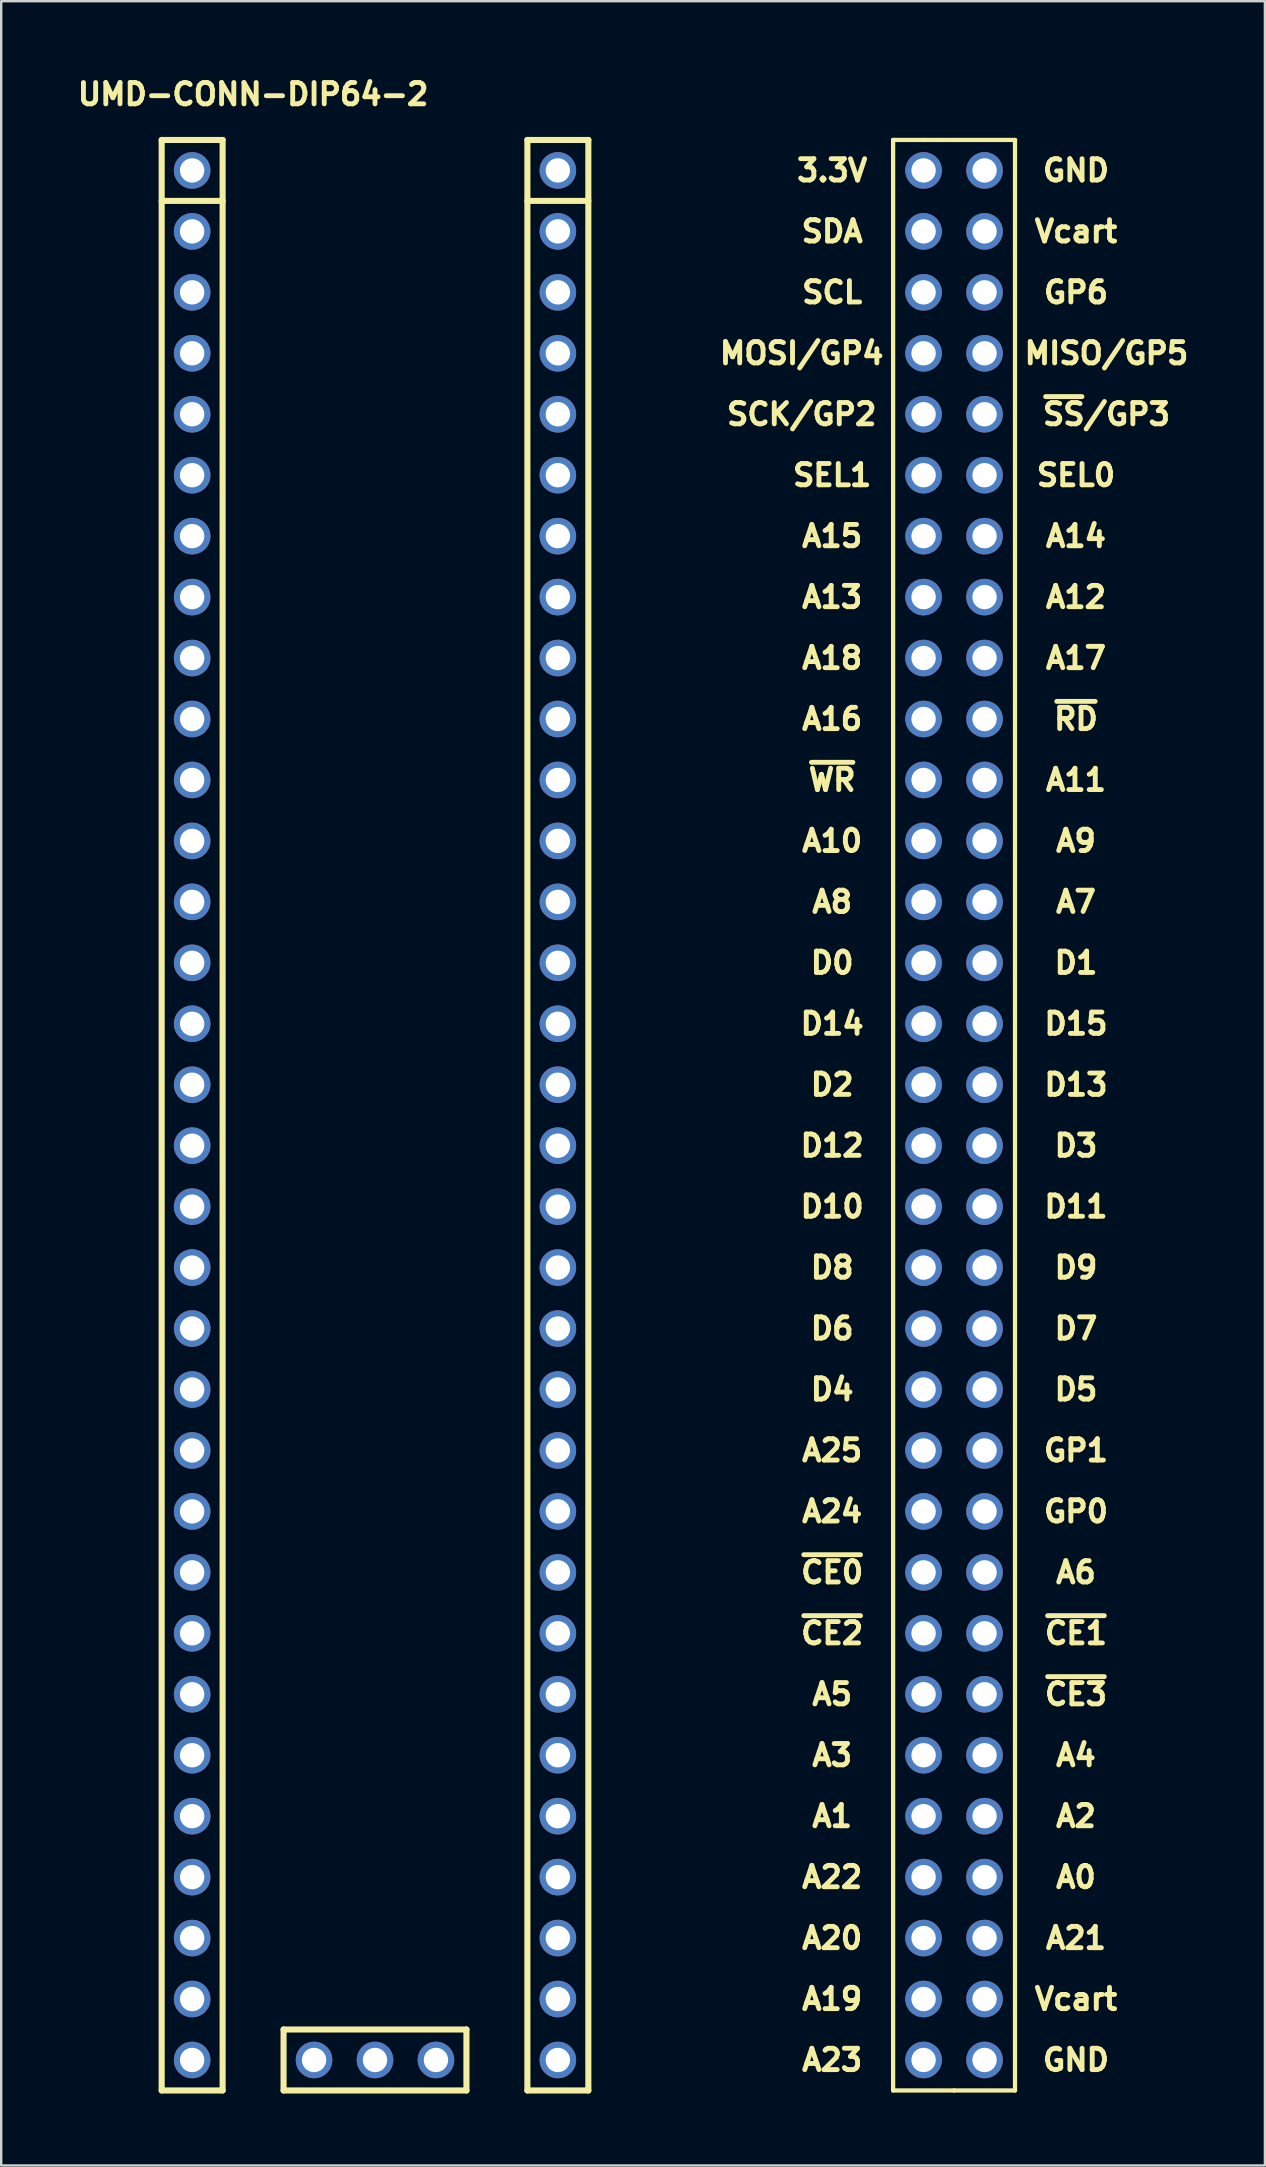
<source format=kicad_pcb>
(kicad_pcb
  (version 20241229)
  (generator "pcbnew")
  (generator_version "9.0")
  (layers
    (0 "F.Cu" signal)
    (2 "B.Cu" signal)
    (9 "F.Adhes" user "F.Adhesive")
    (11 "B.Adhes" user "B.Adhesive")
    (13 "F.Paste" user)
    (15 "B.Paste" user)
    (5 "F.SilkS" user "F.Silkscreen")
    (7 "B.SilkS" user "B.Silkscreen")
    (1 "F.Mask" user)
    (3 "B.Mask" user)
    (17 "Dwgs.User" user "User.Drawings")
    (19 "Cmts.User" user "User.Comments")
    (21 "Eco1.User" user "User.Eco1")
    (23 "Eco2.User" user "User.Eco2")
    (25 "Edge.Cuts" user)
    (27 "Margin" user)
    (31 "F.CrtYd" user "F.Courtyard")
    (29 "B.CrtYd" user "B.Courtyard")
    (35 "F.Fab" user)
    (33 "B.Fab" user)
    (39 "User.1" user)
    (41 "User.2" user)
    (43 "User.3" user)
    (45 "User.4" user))
  (footprint "UMD-CONN-DIP64-2"
    (layer "F.Cu")
    (at 4.957 4.052)
    (property "Reference" "UMD-CONN-DIP64-2" (at 2.54 -3.175 0) (layer "F.SilkS") (effects (font (size 0.889 0.889) (thickness 0.203))))
    (attr through_hole)
    (fp_line (start -1.27 -1.27) (end -1.27 80.01) (stroke (width 0.254) (type solid)) (layer "F.SilkS"))
    (fp_line (start -1.27 1.27) (end 1.27 1.27) (stroke (width 0.254) (type solid)) (layer "F.SilkS"))
    (fp_line (start -1.27 80.01) (end 1.27 80.01) (stroke (width 0.254) (type solid)) (layer "F.SilkS"))
    (fp_line (start 1.27 -1.27) (end -1.27 -1.27) (stroke (width 0.254) (type solid)) (layer "F.SilkS"))
    (fp_line (start 1.27 80.01) (end 1.27 -1.27) (stroke (width 0.254) (type solid)) (layer "F.SilkS"))
    (fp_line (start 3.81 77.47) (end 3.81 80.01) (stroke (width 0.254) (type solid)) (layer "F.SilkS"))
    (fp_line (start 3.81 80.01) (end 11.43 80.01) (stroke (width 0.254) (type solid)) (layer "F.SilkS"))
    (fp_line (start 11.43 77.47) (end 3.81 77.47) (stroke (width 0.254) (type solid)) (layer "F.SilkS"))
    (fp_line (start 11.43 80.01) (end 11.43 77.47) (stroke (width 0.254) (type solid)) (layer "F.SilkS"))
    (fp_line (start 13.97 -1.27) (end 13.97 80.01) (stroke (width 0.254) (type solid)) (layer "F.SilkS"))
    (fp_line (start 13.97 1.27) (end 16.51 1.27) (stroke (width 0.254) (type solid)) (layer "F.SilkS"))
    (fp_line (start 13.97 80.01) (end 16.51 80.01) (stroke (width 0.254) (type solid)) (layer "F.SilkS"))
    (fp_line (start 16.51 -1.27) (end 13.97 -1.27) (stroke (width 0.254) (type solid)) (layer "F.SilkS"))
    (fp_line (start 16.51 80.01) (end 16.51 -1.27) (stroke (width 0.254) (type solid)) (layer "F.SilkS"))
    (fp_line (start 29.21 -1.27) (end 29.21 80.01) (stroke (width 0.178) (type solid)) (layer "F.SilkS"))
    (fp_line (start 29.21 80.01) (end 31.75 80.01) (stroke (width 0.178) (type solid)) (layer "F.SilkS"))
    (fp_line (start 30.48 -1.27) (end 29.21 -1.27) (stroke (width 0.178) (type solid)) (layer "F.SilkS"))
    (fp_line (start 31.75 -1.27) (end 30.48 -1.27) (stroke (width 0.178) (type solid)) (layer "F.SilkS"))
    (fp_line (start 31.75 80.01) (end 34.29 80.01) (stroke (width 0.178) (type solid)) (layer "F.SilkS"))
    (fp_line (start 34.29 -1.27) (end 31.75 -1.27) (stroke (width 0.178) (type solid)) (layer "F.SilkS"))
    (fp_line (start 34.29 80.01) (end 34.29 -1.27) (stroke (width 0.178) (type solid)) (layer "F.SilkS"))
    (fp_text user "A16" (at 26.67 22.86 0) (layer "F.SilkS") (effects (font (size 0.889 0.889) (thickness 0.203))))
    (fp_text user "D7" (at 36.83 48.26 0) (layer "F.SilkS") (effects (font (size 0.889 0.889) (thickness 0.203))))
    (fp_text user "SCK/GP2" (at 25.4 10.16 0) (layer "F.SilkS") (effects (font (size 0.889 0.889) (thickness 0.203))))
    (fp_text user "A7" (at 36.83 30.48 0) (layer "F.SilkS") (effects (font (size 0.889 0.889) (thickness 0.203))))
    (fp_text user "A12" (at 36.83 17.78 0) (layer "F.SilkS") (effects (font (size 0.889 0.889) (thickness 0.203))))
    (fp_text user "~{WR}" (at 26.67 25.4 0) (layer "F.SilkS") (effects (font (size 0.889 0.889) (thickness 0.203))))
    (fp_text user "A4" (at 36.83 66.04 0) (layer "F.SilkS") (effects (font (size 0.889 0.889) (thickness 0.203))))
    (fp_text user "MOSI/GP4" (at 25.4 7.62 0) (layer "F.SilkS") (effects (font (size 0.889 0.889) (thickness 0.203))))
    (fp_text user "~{CE3}" (at 36.83 63.5 0) (layer "F.SilkS") (effects (font (size 0.889 0.889) (thickness 0.203))))
    (fp_text user "D2" (at 26.67 38.1 0) (layer "F.SilkS") (effects (font (size 0.889 0.889) (thickness 0.203))))
    (fp_text user "D11" (at 36.83 43.18 0) (layer "F.SilkS") (effects (font (size 0.889 0.889) (thickness 0.203))))
    (fp_text user "A8" (at 26.67 30.48 0) (layer "F.SilkS") (effects (font (size 0.889 0.889) (thickness 0.203))))
    (fp_text user "~{CE0}" (at 26.67 58.42 0) (layer "F.SilkS") (effects (font (size 0.889 0.889) (thickness 0.203))))
    (fp_text user "Vcart" (at 36.83 76.2 0) (layer "F.SilkS") (effects (font (size 0.889 0.889) (thickness 0.203))))
    (fp_text user "D5" (at 36.83 50.8 0) (layer "F.SilkS") (effects (font (size 0.889 0.889) (thickness 0.203))))
    (fp_text user "D8" (at 26.67 45.72 0) (layer "F.SilkS") (effects (font (size 0.889 0.889) (thickness 0.203))))
    (fp_text user "D1" (at 36.83 33.02 0) (layer "F.SilkS") (effects (font (size 0.889 0.889) (thickness 0.203))))
    (fp_text user "A21" (at 36.83 73.66 0) (layer "F.SilkS") (effects (font (size 0.889 0.889) (thickness 0.203))))
    (fp_text user "GP0" (at 36.83 55.88 0) (layer "F.SilkS") (effects (font (size 0.889 0.889) (thickness 0.203))))
    (fp_text user "~{CE1}" (at 36.83 60.96 0) (layer "F.SilkS") (effects (font (size 0.889 0.889) (thickness 0.203))))
    (fp_text user "GP6" (at 36.83 5.08 0) (layer "F.SilkS") (effects (font (size 0.889 0.889) (thickness 0.203))))
    (fp_text user "D13" (at 36.83 38.1 0) (layer "F.SilkS") (effects (font (size 0.889 0.889) (thickness 0.203))))
    (fp_text user "D10" (at 26.67 43.18 0) (layer "F.SilkS") (effects (font (size 0.889 0.889) (thickness 0.203))))
    (fp_text user "A6" (at 36.83 58.42 0) (layer "F.SilkS") (effects (font (size 0.889 0.889) (thickness 0.203))))
    (fp_text user "~{CE2}" (at 26.67 60.96 0) (layer "F.SilkS") (effects (font (size 0.889 0.889) (thickness 0.203))))
    (fp_text user "D9" (at 36.83 45.72 0) (layer "F.SilkS") (effects (font (size 0.889 0.889) (thickness 0.203))))
    (fp_text user "A11" (at 36.83 25.4 0) (layer "F.SilkS") (effects (font (size 0.889 0.889) (thickness 0.203))))
    (fp_text user "D14" (at 26.67 35.56 0) (layer "F.SilkS") (effects (font (size 0.889 0.889) (thickness 0.203))))
    (fp_text user "A5" (at 26.67 63.5 0) (layer "F.SilkS") (effects (font (size 0.889 0.889) (thickness 0.203))))
    (fp_text user "GND" (at 36.83 0 0) (layer "F.SilkS") (effects (font (size 0.889 0.889) (thickness 0.203))))
    (fp_text user "MISO/GP5" (at 38.1 7.62 0) (layer "F.SilkS") (effects (font (size 0.889 0.889) (thickness 0.203))))
    (fp_text user "A20" (at 26.67 73.66 0) (layer "F.SilkS") (effects (font (size 0.889 0.889) (thickness 0.203))))
    (fp_text user "GP1" (at 36.83 53.34 0) (layer "F.SilkS") (effects (font (size 0.889 0.889) (thickness 0.203))))
    (fp_text user "SEL0" (at 36.83 12.7 0) (layer "F.SilkS") (effects (font (size 0.889 0.889) (thickness 0.203))))
    (fp_text user "A10" (at 26.67 27.94 0) (layer "F.SilkS") (effects (font (size 0.889 0.889) (thickness 0.203))))
    (fp_text user "A2" (at 36.83 68.58 0) (layer "F.SilkS") (effects (font (size 0.889 0.889) (thickness 0.203))))
    (fp_text user "A17" (at 36.83 20.32 0) (layer "F.SilkS") (effects (font (size 0.889 0.889) (thickness 0.203))))
    (fp_text user "A25" (at 26.67 53.34 0) (layer "F.SilkS") (effects (font (size 0.889 0.889) (thickness 0.203))))
    (fp_text user "A3" (at 26.67 66.04 0) (layer "F.SilkS") (effects (font (size 0.889 0.889) (thickness 0.203))))
    (fp_text user "A23" (at 26.67 78.74 0) (layer "F.SilkS") (effects (font (size 0.889 0.889) (thickness 0.203))))
    (fp_text user "D15" (at 36.83 35.56 0) (layer "F.SilkS") (effects (font (size 0.889 0.889) (thickness 0.203))))
    (fp_text user "A18" (at 26.67 20.32 0) (layer "F.SilkS") (effects (font (size 0.889 0.889) (thickness 0.203))))
    (fp_text user "D3" (at 36.83 40.64 0) (layer "F.SilkS") (effects (font (size 0.889 0.889) (thickness 0.203))))
    (fp_text user "A19" (at 26.67 76.2 0) (layer "F.SilkS") (effects (font (size 0.889 0.889) (thickness 0.203))))
    (fp_text user "D4" (at 26.67 50.8 0) (layer "F.SilkS") (effects (font (size 0.889 0.889) (thickness 0.203))))
    (fp_text user "D0" (at 26.67 33.02 0) (layer "F.SilkS") (effects (font (size 0.889 0.889) (thickness 0.203))))
    (fp_text user "A1" (at 26.67 68.58 0) (layer "F.SilkS") (effects (font (size 0.889 0.889) (thickness 0.203))))
    (fp_text user "SEL1" (at 26.67 12.7 0) (layer "F.SilkS") (effects (font (size 0.889 0.889) (thickness 0.203))))
    (fp_text user "A15" (at 26.67 15.24 0) (layer "F.SilkS") (effects (font (size 0.889 0.889) (thickness 0.203))))
    (fp_text user "A14" (at 36.83 15.24 0) (layer "F.SilkS") (effects (font (size 0.889 0.889) (thickness 0.203))))
    (fp_text user "GND" (at 36.83 78.74 0) (layer "F.SilkS") (effects (font (size 0.889 0.889) (thickness 0.203))))
    (fp_text user "D12" (at 26.67 40.64 0) (layer "F.SilkS") (effects (font (size 0.889 0.889) (thickness 0.203))))
    (fp_text user "A13" (at 26.67 17.78 0) (layer "F.SilkS") (effects (font (size 0.889 0.889) (thickness 0.203))))
    (fp_text user "A0" (at 36.83 71.12 0) (layer "F.SilkS") (effects (font (size 0.889 0.889) (thickness 0.203))))
    (fp_text user "~{RD}" (at 36.83 22.86 0) (layer "F.SilkS") (effects (font (size 0.889 0.889) (thickness 0.203))))
    (fp_text user "Vcart" (at 36.83 2.54 0) (layer "F.SilkS") (effects (font (size 0.889 0.889) (thickness 0.203))))
    (fp_text user "A22" (at 26.67 71.12 0) (layer "F.SilkS") (effects (font (size 0.889 0.889) (thickness 0.203))))
    (fp_text user "~{SS}/GP3" (at 38.1 10.16 0) (layer "F.SilkS") (effects (font (size 0.889 0.889) (thickness 0.203))))
    (fp_text user "D6" (at 26.67 48.26 0) (layer "F.SilkS") (effects (font (size 0.889 0.889) (thickness 0.203))))
    (fp_text user "A24" (at 26.67 55.88 0) (layer "F.SilkS") (effects (font (size 0.889 0.889) (thickness 0.203))))
    (fp_text user "A9" (at 36.83 27.94 0) (layer "F.SilkS") (effects (font (size 0.889 0.889) (thickness 0.203))))
    (fp_text user "SDA" (at 26.67 2.54 0) (layer "F.SilkS") (effects (font (size 0.889 0.889) (thickness 0.203))))
    (fp_text user "SCL" (at 26.67 5.08 0) (layer "F.SilkS") (effects (font (size 0.889 0.889) (thickness 0.203))))
    (fp_text user "3.3V" (at 26.67 0 0) (layer "F.SilkS") (effects (font (size 0.889 0.889) (thickness 0.203))))
    (pad "1" thru_hole circle (at 0 0) (size 1.524 1.524) (drill 1.016) (layers "*.Cu" "*.Mask"))
    (pad "1" thru_hole circle (at 30.48 0) (size 1.524 1.524) (drill 1.016) (layers "*.Cu" "*.Mask"))
    (pad "2" thru_hole circle (at 0 2.54) (size 1.524 1.524) (drill 1.016) (layers "*.Cu" "*.Mask"))
    (pad "2" thru_hole circle (at 30.48 2.54) (size 1.524 1.524) (drill 1.016) (layers "*.Cu" "*.Mask"))
    (pad "3" thru_hole circle (at 0 5.08) (size 1.524 1.524) (drill 1.016) (layers "*.Cu" "*.Mask"))
    (pad "3" thru_hole circle (at 30.48 5.08) (size 1.524 1.524) (drill 1.016) (layers "*.Cu" "*.Mask"))
    (pad "4" thru_hole circle (at 0 7.62) (size 1.524 1.524) (drill 1.016) (layers "*.Cu" "*.Mask"))
    (pad "4" thru_hole circle (at 30.48 7.62) (size 1.524 1.524) (drill 1.016) (layers "*.Cu" "*.Mask"))
    (pad "5" thru_hole circle (at 0 10.16) (size 1.524 1.524) (drill 1.016) (layers "*.Cu" "*.Mask"))
    (pad "5" thru_hole circle (at 30.48 10.16) (size 1.524 1.524) (drill 1.016) (layers "*.Cu" "*.Mask"))
    (pad "6" thru_hole circle (at 0 12.7) (size 1.524 1.524) (drill 1.016) (layers "*.Cu" "*.Mask"))
    (pad "6" thru_hole circle (at 30.48 12.7) (size 1.524 1.524) (drill 1.016) (layers "*.Cu" "*.Mask"))
    (pad "7" thru_hole circle (at 0 15.24) (size 1.524 1.524) (drill 1.016) (layers "*.Cu" "*.Mask"))
    (pad "7" thru_hole circle (at 30.48 15.24) (size 1.524 1.524) (drill 1.016) (layers "*.Cu" "*.Mask"))
    (pad "8" thru_hole circle (at 0 17.78) (size 1.524 1.524) (drill 1.016) (layers "*.Cu" "*.Mask"))
    (pad "8" thru_hole circle (at 30.48 17.78) (size 1.524 1.524) (drill 1.016) (layers "*.Cu" "*.Mask"))
    (pad "9" thru_hole circle (at 0 20.32) (size 1.524 1.524) (drill 1.016) (layers "*.Cu" "*.Mask"))
    (pad "9" thru_hole circle (at 30.48 20.32) (size 1.524 1.524) (drill 1.016) (layers "*.Cu" "*.Mask"))
    (pad "10" thru_hole circle (at 0 22.86) (size 1.524 1.524) (drill 1.016) (layers "*.Cu" "*.Mask"))
    (pad "10" thru_hole circle (at 30.48 22.86) (size 1.524 1.524) (drill 1.016) (layers "*.Cu" "*.Mask"))
    (pad "11" thru_hole circle (at 0 25.4) (size 1.524 1.524) (drill 1.016) (layers "*.Cu" "*.Mask"))
    (pad "11" thru_hole circle (at 30.48 25.4) (size 1.524 1.524) (drill 1.016) (layers "*.Cu" "*.Mask"))
    (pad "12" thru_hole circle (at 0 27.94) (size 1.524 1.524) (drill 1.016) (layers "*.Cu" "*.Mask"))
    (pad "12" thru_hole circle (at 30.48 27.94) (size 1.524 1.524) (drill 1.016) (layers "*.Cu" "*.Mask"))
    (pad "13" thru_hole circle (at 0 30.48) (size 1.524 1.524) (drill 1.016) (layers "*.Cu" "*.Mask"))
    (pad "13" thru_hole circle (at 30.48 30.48) (size 1.524 1.524) (drill 1.016) (layers "*.Cu" "*.Mask"))
    (pad "14" thru_hole circle (at 0 33.02) (size 1.524 1.524) (drill 1.016) (layers "*.Cu" "*.Mask"))
    (pad "14" thru_hole circle (at 30.48 33.02) (size 1.524 1.524) (drill 1.016) (layers "*.Cu" "*.Mask"))
    (pad "15" thru_hole circle (at 0 35.56) (size 1.524 1.524) (drill 1.016) (layers "*.Cu" "*.Mask"))
    (pad "15" thru_hole circle (at 30.48 35.56) (size 1.524 1.524) (drill 1.016) (layers "*.Cu" "*.Mask"))
    (pad "16" thru_hole circle (at 0 38.1) (size 1.524 1.524) (drill 1.016) (layers "*.Cu" "*.Mask"))
    (pad "16" thru_hole circle (at 30.48 38.1) (size 1.524 1.524) (drill 1.016) (layers "*.Cu" "*.Mask"))
    (pad "17" thru_hole circle (at 0 40.64) (size 1.524 1.524) (drill 1.016) (layers "*.Cu" "*.Mask"))
    (pad "17" thru_hole circle (at 30.48 40.64) (size 1.524 1.524) (drill 1.016) (layers "*.Cu" "*.Mask"))
    (pad "18" thru_hole circle (at 0 43.18) (size 1.524 1.524) (drill 1.016) (layers "*.Cu" "*.Mask"))
    (pad "18" thru_hole circle (at 30.48 43.18) (size 1.524 1.524) (drill 1.016) (layers "*.Cu" "*.Mask"))
    (pad "19" thru_hole circle (at 0 45.72) (size 1.524 1.524) (drill 1.016) (layers "*.Cu" "*.Mask"))
    (pad "19" thru_hole circle (at 30.48 45.72) (size 1.524 1.524) (drill 1.016) (layers "*.Cu" "*.Mask"))
    (pad "20" thru_hole circle (at 0 48.26) (size 1.524 1.524) (drill 1.016) (layers "*.Cu" "*.Mask"))
    (pad "20" thru_hole circle (at 30.48 48.26) (size 1.524 1.524) (drill 1.016) (layers "*.Cu" "*.Mask"))
    (pad "21" thru_hole circle (at 0 50.8) (size 1.524 1.524) (drill 1.016) (layers "*.Cu" "*.Mask"))
    (pad "21" thru_hole circle (at 30.48 50.8) (size 1.524 1.524) (drill 1.016) (layers "*.Cu" "*.Mask"))
    (pad "22" thru_hole circle (at 0 53.34) (size 1.524 1.524) (drill 1.016) (layers "*.Cu" "*.Mask"))
    (pad "22" thru_hole circle (at 30.48 53.34) (size 1.524 1.524) (drill 1.016) (layers "*.Cu" "*.Mask"))
    (pad "23" thru_hole circle (at 0 55.88) (size 1.524 1.524) (drill 1.016) (layers "*.Cu" "*.Mask"))
    (pad "23" thru_hole circle (at 30.48 55.88) (size 1.524 1.524) (drill 1.016) (layers "*.Cu" "*.Mask"))
    (pad "24" thru_hole circle (at 0 58.42) (size 1.524 1.524) (drill 1.016) (layers "*.Cu" "*.Mask"))
    (pad "24" thru_hole circle (at 30.48 58.42) (size 1.524 1.524) (drill 1.016) (layers "*.Cu" "*.Mask"))
    (pad "25" thru_hole circle (at 0 60.96) (size 1.524 1.524) (drill 1.016) (layers "*.Cu" "*.Mask"))
    (pad "25" thru_hole circle (at 30.48 60.96) (size 1.524 1.524) (drill 1.016) (layers "*.Cu" "*.Mask"))
    (pad "26" thru_hole circle (at 0 63.5) (size 1.524 1.524) (drill 1.016) (layers "*.Cu" "*.Mask"))
    (pad "26" thru_hole circle (at 30.48 63.5) (size 1.524 1.524) (drill 1.016) (layers "*.Cu" "*.Mask"))
    (pad "27" thru_hole circle (at 0 66.04) (size 1.524 1.524) (drill 1.016) (layers "*.Cu" "*.Mask"))
    (pad "27" thru_hole circle (at 30.48 66.04) (size 1.524 1.524) (drill 1.016) (layers "*.Cu" "*.Mask"))
    (pad "28" thru_hole circle (at 0 68.58) (size 1.524 1.524) (drill 1.016) (layers "*.Cu" "*.Mask"))
    (pad "28" thru_hole circle (at 30.48 68.58) (size 1.524 1.524) (drill 1.016) (layers "*.Cu" "*.Mask"))
    (pad "29" thru_hole circle (at 0 71.12) (size 1.524 1.524) (drill 1.016) (layers "*.Cu" "*.Mask"))
    (pad "29" thru_hole circle (at 30.48 71.12) (size 1.524 1.524) (drill 1.016) (layers "*.Cu" "*.Mask"))
    (pad "30" thru_hole circle (at 0 73.66) (size 1.524 1.524) (drill 1.016) (layers "*.Cu" "*.Mask"))
    (pad "30" thru_hole circle (at 30.48 73.66) (size 1.524 1.524) (drill 1.016) (layers "*.Cu" "*.Mask"))
    (pad "31" thru_hole circle (at 0 76.2) (size 1.524 1.524) (drill 1.016) (layers "*.Cu" "*.Mask"))
    (pad "31" thru_hole circle (at 30.48 76.2) (size 1.524 1.524) (drill 1.016) (layers "*.Cu" "*.Mask"))
    (pad "32" thru_hole circle (at 0 78.74) (size 1.524 1.524) (drill 1.016) (layers "*.Cu" "*.Mask"))
    (pad "32" thru_hole circle (at 30.48 78.74) (size 1.524 1.524) (drill 1.016) (layers "*.Cu" "*.Mask"))
    (pad "33" thru_hole circle (at 15.24 78.74) (size 1.524 1.524) (drill 1.016) (layers "*.Cu" "*.Mask"))
    (pad "33" thru_hole circle (at 33.02 78.74) (size 1.524 1.524) (drill 1.016) (layers "*.Cu" "*.Mask"))
    (pad "34" thru_hole circle (at 15.24 76.2) (size 1.524 1.524) (drill 1.016) (layers "*.Cu" "*.Mask"))
    (pad "34" thru_hole circle (at 33.02 76.2) (size 1.524 1.524) (drill 1.016) (layers "*.Cu" "*.Mask"))
    (pad "35" thru_hole circle (at 15.24 73.66) (size 1.524 1.524) (drill 1.016) (layers "*.Cu" "*.Mask"))
    (pad "35" thru_hole circle (at 33.02 73.66) (size 1.524 1.524) (drill 1.016) (layers "*.Cu" "*.Mask"))
    (pad "36" thru_hole circle (at 15.24 71.12) (size 1.524 1.524) (drill 1.016) (layers "*.Cu" "*.Mask"))
    (pad "36" thru_hole circle (at 33.02 71.12) (size 1.524 1.524) (drill 1.016) (layers "*.Cu" "*.Mask"))
    (pad "37" thru_hole circle (at 15.24 68.58) (size 1.524 1.524) (drill 1.016) (layers "*.Cu" "*.Mask"))
    (pad "37" thru_hole circle (at 33.02 68.58) (size 1.524 1.524) (drill 1.016) (layers "*.Cu" "*.Mask"))
    (pad "38" thru_hole circle (at 15.24 66.04) (size 1.524 1.524) (drill 1.016) (layers "*.Cu" "*.Mask"))
    (pad "38" thru_hole circle (at 33.02 66.04) (size 1.524 1.524) (drill 1.016) (layers "*.Cu" "*.Mask"))
    (pad "39" thru_hole circle (at 15.24 63.5) (size 1.524 1.524) (drill 1.016) (layers "*.Cu" "*.Mask"))
    (pad "39" thru_hole circle (at 33.02 63.5) (size 1.524 1.524) (drill 1.016) (layers "*.Cu" "*.Mask"))
    (pad "40" thru_hole circle (at 15.24 60.96) (size 1.524 1.524) (drill 1.016) (layers "*.Cu" "*.Mask"))
    (pad "40" thru_hole circle (at 33.02 60.96) (size 1.524 1.524) (drill 1.016) (layers "*.Cu" "*.Mask"))
    (pad "41" thru_hole circle (at 15.24 58.42) (size 1.524 1.524) (drill 1.016) (layers "*.Cu" "*.Mask"))
    (pad "41" thru_hole circle (at 33.02 58.42) (size 1.524 1.524) (drill 1.016) (layers "*.Cu" "*.Mask"))
    (pad "42" thru_hole circle (at 15.24 55.88) (size 1.524 1.524) (drill 1.016) (layers "*.Cu" "*.Mask"))
    (pad "42" thru_hole circle (at 33.02 55.88) (size 1.524 1.524) (drill 1.016) (layers "*.Cu" "*.Mask"))
    (pad "43" thru_hole circle (at 15.24 53.34) (size 1.524 1.524) (drill 1.016) (layers "*.Cu" "*.Mask"))
    (pad "43" thru_hole circle (at 33.02 53.34) (size 1.524 1.524) (drill 1.016) (layers "*.Cu" "*.Mask"))
    (pad "44" thru_hole circle (at 15.24 50.8) (size 1.524 1.524) (drill 1.016) (layers "*.Cu" "*.Mask"))
    (pad "44" thru_hole circle (at 33.02 50.8) (size 1.524 1.524) (drill 1.016) (layers "*.Cu" "*.Mask"))
    (pad "45" thru_hole circle (at 15.24 48.26) (size 1.524 1.524) (drill 1.016) (layers "*.Cu" "*.Mask"))
    (pad "45" thru_hole circle (at 33.02 48.26) (size 1.524 1.524) (drill 1.016) (layers "*.Cu" "*.Mask"))
    (pad "46" thru_hole circle (at 15.24 45.72) (size 1.524 1.524) (drill 1.016) (layers "*.Cu" "*.Mask"))
    (pad "46" thru_hole circle (at 33.02 45.72) (size 1.524 1.524) (drill 1.016) (layers "*.Cu" "*.Mask"))
    (pad "47" thru_hole circle (at 15.24 43.18) (size 1.524 1.524) (drill 1.016) (layers "*.Cu" "*.Mask"))
    (pad "47" thru_hole circle (at 33.02 43.18) (size 1.524 1.524) (drill 1.016) (layers "*.Cu" "*.Mask"))
    (pad "48" thru_hole circle (at 15.24 40.64) (size 1.524 1.524) (drill 1.016) (layers "*.Cu" "*.Mask"))
    (pad "48" thru_hole circle (at 33.02 40.64) (size 1.524 1.524) (drill 1.016) (layers "*.Cu" "*.Mask"))
    (pad "49" thru_hole circle (at 15.24 38.1) (size 1.524 1.524) (drill 1.016) (layers "*.Cu" "*.Mask"))
    (pad "49" thru_hole circle (at 33.02 38.1) (size 1.524 1.524) (drill 1.016) (layers "*.Cu" "*.Mask"))
    (pad "50" thru_hole circle (at 15.24 35.56) (size 1.524 1.524) (drill 1.016) (layers "*.Cu" "*.Mask"))
    (pad "50" thru_hole circle (at 33.02 35.56) (size 1.524 1.524) (drill 1.016) (layers "*.Cu" "*.Mask"))
    (pad "51" thru_hole circle (at 15.24 33.02) (size 1.524 1.524) (drill 1.016) (layers "*.Cu" "*.Mask"))
    (pad "51" thru_hole circle (at 33.02 33.02) (size 1.524 1.524) (drill 1.016) (layers "*.Cu" "*.Mask"))
    (pad "52" thru_hole circle (at 15.24 30.48) (size 1.524 1.524) (drill 1.016) (layers "*.Cu" "*.Mask"))
    (pad "52" thru_hole circle (at 33.02 30.48) (size 1.524 1.524) (drill 1.016) (layers "*.Cu" "*.Mask"))
    (pad "53" thru_hole circle (at 15.24 27.94) (size 1.524 1.524) (drill 1.016) (layers "*.Cu" "*.Mask"))
    (pad "53" thru_hole circle (at 33.02 27.94) (size 1.524 1.524) (drill 1.016) (layers "*.Cu" "*.Mask"))
    (pad "54" thru_hole circle (at 15.24 25.4) (size 1.524 1.524) (drill 1.016) (layers "*.Cu" "*.Mask"))
    (pad "54" thru_hole circle (at 33.02 25.4) (size 1.524 1.524) (drill 1.016) (layers "*.Cu" "*.Mask"))
    (pad "55" thru_hole circle (at 15.24 22.86) (size 1.524 1.524) (drill 1.016) (layers "*.Cu" "*.Mask"))
    (pad "55" thru_hole circle (at 33.02 22.86) (size 1.524 1.524) (drill 1.016) (layers "*.Cu" "*.Mask"))
    (pad "56" thru_hole circle (at 15.24 20.32) (size 1.524 1.524) (drill 1.016) (layers "*.Cu" "*.Mask"))
    (pad "56" thru_hole circle (at 33.02 20.32) (size 1.524 1.524) (drill 1.016) (layers "*.Cu" "*.Mask"))
    (pad "57" thru_hole circle (at 15.24 17.78) (size 1.524 1.524) (drill 1.016) (layers "*.Cu" "*.Mask"))
    (pad "57" thru_hole circle (at 33.02 17.78) (size 1.524 1.524) (drill 1.016) (layers "*.Cu" "*.Mask"))
    (pad "58" thru_hole circle (at 15.24 15.24) (size 1.524 1.524) (drill 1.016) (layers "*.Cu" "*.Mask"))
    (pad "58" thru_hole circle (at 33.02 15.24) (size 1.524 1.524) (drill 1.016) (layers "*.Cu" "*.Mask"))
    (pad "59" thru_hole circle (at 15.24 12.7) (size 1.524 1.524) (drill 1.016) (layers "*.Cu" "*.Mask"))
    (pad "59" thru_hole circle (at 33.02 12.7) (size 1.524 1.524) (drill 1.016) (layers "*.Cu" "*.Mask"))
    (pad "60" thru_hole circle (at 15.24 10.16) (size 1.524 1.524) (drill 1.016) (layers "*.Cu" "*.Mask"))
    (pad "60" thru_hole circle (at 33.02 10.16) (size 1.524 1.524) (drill 1.016) (layers "*.Cu" "*.Mask"))
    (pad "61" thru_hole circle (at 15.24 7.62) (size 1.524 1.524) (drill 1.016) (layers "*.Cu" "*.Mask"))
    (pad "61" thru_hole circle (at 33.02 7.62) (size 1.524 1.524) (drill 1.016) (layers "*.Cu" "*.Mask"))
    (pad "62" thru_hole circle (at 15.24 5.08) (size 1.524 1.524) (drill 1.016) (layers "*.Cu" "*.Mask"))
    (pad "62" thru_hole circle (at 33.02 5.08) (size 1.524 1.524) (drill 1.016) (layers "*.Cu" "*.Mask"))
    (pad "63" thru_hole circle (at 15.24 2.54) (size 1.524 1.524) (drill 1.016) (layers "*.Cu" "*.Mask"))
    (pad "63" thru_hole circle (at 33.02 2.54) (size 1.524 1.524) (drill 1.016) (layers "*.Cu" "*.Mask"))
    (pad "64" thru_hole circle (at 15.24 0) (size 1.524 1.524) (drill 1.016) (layers "*.Cu" "*.Mask"))
    (pad "64" thru_hole circle (at 33.02 0) (size 1.524 1.524) (drill 1.016) (layers "*.Cu" "*.Mask"))
    (pad "65" thru_hole circle (at 5.08 78.74) (size 1.524 1.524) (drill 1.016) (layers "*.Cu" "*.Mask"))
    (pad "66" thru_hole circle (at 7.62 78.74) (size 1.524 1.524) (drill 1.016) (layers "*.Cu" "*.Mask"))
    (pad "67" thru_hole circle (at 10.16 78.74) (size 1.524 1.524) (drill 1.016) (layers "*.Cu" "*.Mask")))
  (gr_rect
    (start -3 -3)
    (end 49.66 87.189)
    (stroke (width 0.1) (type default))
    (fill no)
    (layer "Edge.Cuts")))
</source>
